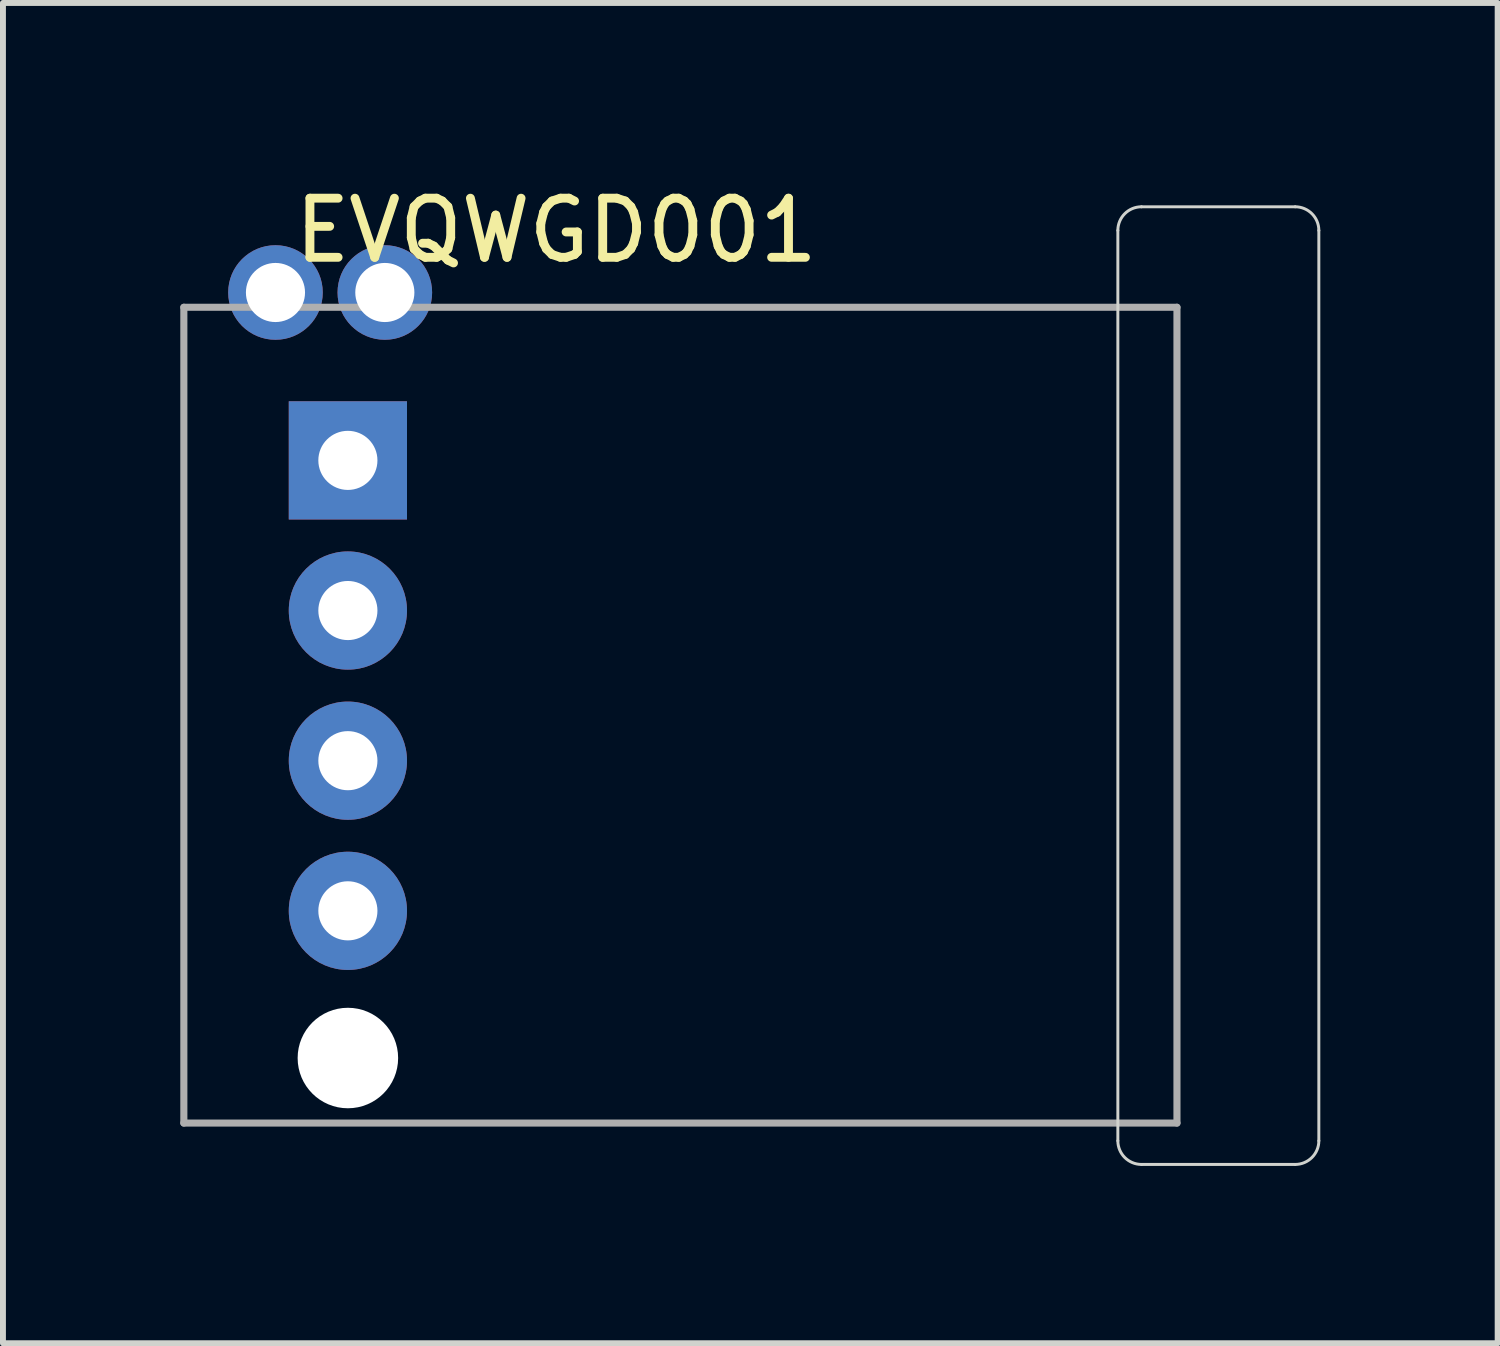
<source format=kicad_pcb>
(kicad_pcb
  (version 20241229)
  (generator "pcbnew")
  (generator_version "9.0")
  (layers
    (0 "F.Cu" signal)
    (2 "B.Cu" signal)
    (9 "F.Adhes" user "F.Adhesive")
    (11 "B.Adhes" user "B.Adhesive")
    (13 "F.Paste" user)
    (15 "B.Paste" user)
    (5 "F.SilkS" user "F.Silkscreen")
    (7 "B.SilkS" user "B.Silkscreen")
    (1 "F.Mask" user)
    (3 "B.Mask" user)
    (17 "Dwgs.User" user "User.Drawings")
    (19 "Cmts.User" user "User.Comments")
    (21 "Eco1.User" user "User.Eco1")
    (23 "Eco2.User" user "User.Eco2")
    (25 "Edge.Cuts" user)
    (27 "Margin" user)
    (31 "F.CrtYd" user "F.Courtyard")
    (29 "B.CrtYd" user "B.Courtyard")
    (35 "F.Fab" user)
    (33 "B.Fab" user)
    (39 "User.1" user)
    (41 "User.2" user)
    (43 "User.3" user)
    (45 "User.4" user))
  (footprint "EVQWGD001"
    (layer "F.Cu")
    (at 8.96 11.748)
    (property "Reference" "EVQWGD001" (at -2.6 -10.9 0) (layer "F.SilkS") (effects (font (size 1 1) (thickness 0.15))))
    (attr through_hole)
    (fp_line (start 6.9 4.5) (end 6.9 -10.9) (stroke (width 0.05) (type default)) (layer "Edge.Cuts"))
    (fp_line (start 7.3 -11.3) (end 9.9 -11.3) (stroke (width 0.05) (type default)) (layer "Edge.Cuts"))
    (fp_line (start 9.9 4.9) (end 7.3 4.9) (stroke (width 0.05) (type default)) (layer "Edge.Cuts"))
    (fp_line (start 10.3 -10.9) (end 10.3 4.5) (stroke (width 0.05) (type default)) (layer "Edge.Cuts"))
    (fp_arc (start 6.9 -10.9) (mid 7.017157 -11.182843) (end 7.3 -11.3) (stroke (width 0.05) (type default)) (layer "Edge.Cuts"))
    (fp_arc (start 7.3 4.9) (mid 7.017157 4.782843) (end 6.9 4.5) (stroke (width 0.05) (type default)) (layer "Edge.Cuts"))
    (fp_arc (start 9.9 -11.3) (mid 10.182843 -11.182843) (end 10.3 -10.9) (stroke (width 0.05) (type default)) (layer "Edge.Cuts"))
    (fp_arc (start 10.3 4.5) (mid 10.182843 4.782843) (end 9.9 4.9) (stroke (width 0.05) (type default)) (layer "Edge.Cuts"))
    (fp_line (start -8.9 -9.6) (end 7.9 -9.6) (stroke (width 0.12) (type solid)) (layer "F.Fab"))
    (fp_line (start -8.9 4.2) (end -8.9 -9.6) (stroke (width 0.12) (type solid)) (layer "F.Fab"))
    (fp_line (start 7.9 -9.6) (end 7.9 4.2) (stroke (width 0.12) (type solid)) (layer "F.Fab"))
    (fp_line (start 7.9 4.2) (end -8.9 4.2) (stroke (width 0.12) (type solid)) (layer "F.Fab"))
    (pad "" np_thru_hole circle (at -6.125 3.1) (size 1.7 1.7) (drill 1.7) (layers "*.Cu" "*.Mask"))
    (pad "A" thru_hole rect (at -6.125 -7.01) (size 2 2) (drill 1) (layers "*.Cu" "*.Mask"))
    (pad "B" thru_hole circle (at -6.125 -4.47) (size 2 2) (drill 1) (layers "*.Cu" "*.Mask"))
    (pad "C" thru_hole circle (at -6.125 -1.93) (size 2 2) (drill 1) (layers "*.Cu" "*.Mask"))
    (pad "D" thru_hole circle (at -6.125 0.61) (size 2 2) (drill 1) (layers "*.Cu" "*.Mask"))
    (pad "S1" thru_hole circle (at -7.35 -9.85) (size 1.6 1.6) (drill 1) (layers "*.Cu" "*.Mask"))
    (pad "S2" thru_hole circle (at -5.5 -9.85) (size 1.6 1.6) (drill 1) (layers "*.Cu" "*.Mask")))
  (gr_rect
    (start -3 -3)
    (end 22.285 19.673)
    (stroke (width 0.1) (type default))
    (fill no)
    (layer "Edge.Cuts")))
</source>
